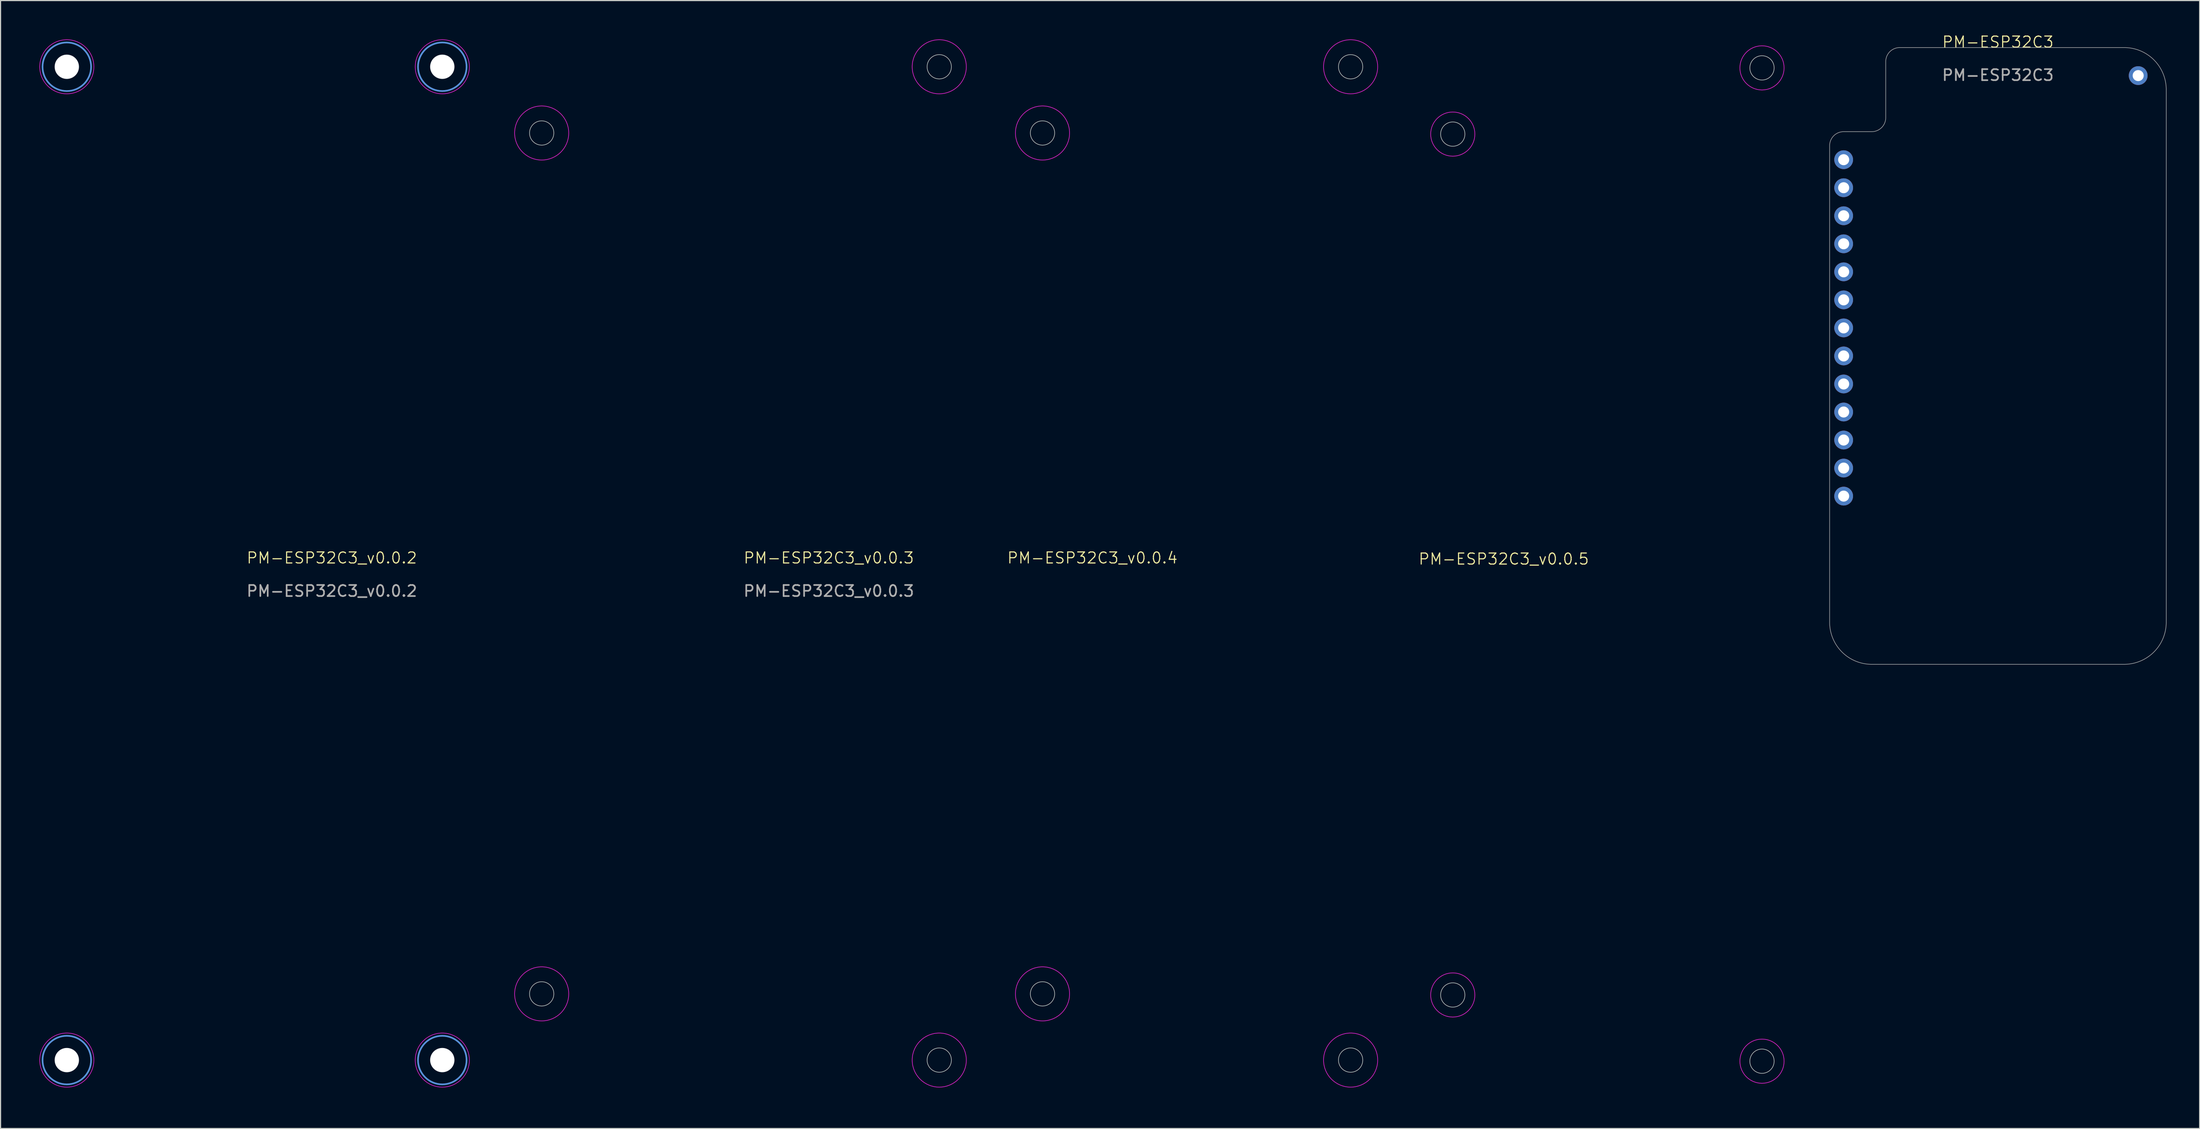
<source format=kicad_pcb>
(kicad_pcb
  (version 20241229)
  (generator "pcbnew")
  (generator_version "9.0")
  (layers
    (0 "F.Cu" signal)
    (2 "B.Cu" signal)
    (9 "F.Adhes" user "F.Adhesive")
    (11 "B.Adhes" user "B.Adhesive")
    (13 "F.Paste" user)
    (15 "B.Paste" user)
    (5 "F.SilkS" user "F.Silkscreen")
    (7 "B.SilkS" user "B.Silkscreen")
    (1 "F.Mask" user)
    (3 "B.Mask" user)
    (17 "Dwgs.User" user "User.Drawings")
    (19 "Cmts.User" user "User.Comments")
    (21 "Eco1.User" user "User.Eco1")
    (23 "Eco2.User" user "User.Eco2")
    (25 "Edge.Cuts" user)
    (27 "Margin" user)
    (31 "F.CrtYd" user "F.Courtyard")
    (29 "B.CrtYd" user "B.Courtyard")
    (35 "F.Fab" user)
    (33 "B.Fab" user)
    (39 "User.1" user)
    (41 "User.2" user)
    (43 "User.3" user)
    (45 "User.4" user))
  (footprint "PM-ESP32C3_v0.0.4"
    (layer "F.Cu")
    (at 88.25 48)
    (property "Reference" "PM-ESP32C3_v0.0.4" (at 7.62 -0.5 0) (unlocked yes) (layer "F.SilkS") (effects (font (size 1 1) (thickness 0.1))))
    (attr exclude_from_bom)
    (fp_circle (center 3.1 -39) (end 4.2 -39) (stroke (width 0.05) (type default)) (fill no) (layer "Edge.Cuts"))
    (fp_circle (center 3.1 39) (end 4.2 39) (stroke (width 0.05) (type default)) (fill no) (layer "Edge.Cuts"))
    (fp_circle (center 31 -45) (end 32.1 -45) (stroke (width 0.05) (type default)) (fill no) (layer "Edge.Cuts"))
    (fp_circle (center 31 45) (end 32.1 45) (stroke (width 0.05) (type default)) (fill no) (layer "Edge.Cuts"))
    (fp_circle (center 3.1 -39) (end 5.55 -39) (stroke (width 0.05) (type solid)) (fill no) (layer "F.CrtYd"))
    (fp_circle (center 3.1 39) (end 5.55 39) (stroke (width 0.05) (type solid)) (fill no) (layer "F.CrtYd"))
    (fp_circle (center 31 -45) (end 33.45 -45) (stroke (width 0.05) (type solid)) (fill no) (layer "F.CrtYd"))
    (fp_circle (center 31 45) (end 33.45 45) (stroke (width 0.05) (type solid)) (fill no) (layer "F.CrtYd"))
    (fp_poly (pts (arc (start 3.1 -42) (mid 0.97868 -41.12132) (end 0.1 -39)) (arc (start 0.1 39) (mid 0.97868 41.12132) (end 3.1 42)) (arc (start 4 42) (mid 6.828427 43.171573) (end 8 46)) (xy 8 47.9) (arc (start 31 47.9) (mid 33.9 45) (end 31 42.1)) (arc (start 31 -42.1) (mid 33.9 -45) (end 31 -47.9)) (xy 8 -47.9) (arc (start 8 -46) (mid 6.828427 -43.171573) (end 4 -42))) (stroke (width 0.2) (type solid)) (fill no) (layer "User.1")))
  (footprint "PM-ESP32C3_v0.0.5"
    (layer "F.Cu")
    (at 125.5 48.1)
    (property "Reference" "PM-ESP32C3_v0.0.5" (at 7.62 -0.5 0) (unlocked yes) (layer "F.SilkS") (effects (font (size 1 1) (thickness 0.1))))
    (attr exclude_from_bom)
    (fp_circle (center 3 -39) (end 4.1 -39) (stroke (width 0.05) (type default)) (fill no) (layer "Edge.Cuts"))
    (fp_circle (center 3 39) (end 4.1 39) (stroke (width 0.05) (type default)) (fill no) (layer "Edge.Cuts"))
    (fp_circle (center 31 -45) (end 32.1 -45) (stroke (width 0.05) (type default)) (fill no) (layer "Edge.Cuts"))
    (fp_circle (center 31 45) (end 32.1 45) (stroke (width 0.05) (type default)) (fill no) (layer "Edge.Cuts"))
    (fp_circle (center 3 -39) (end 5 -39) (stroke (width 0.05) (type solid)) (fill no) (layer "F.CrtYd"))
    (fp_circle (center 3 39) (end 5 39) (stroke (width 0.05) (type solid)) (fill no) (layer "F.CrtYd"))
    (fp_circle (center 31 -45) (end 33 -45) (stroke (width 0.05) (type solid)) (fill no) (layer "F.CrtYd"))
    (fp_circle (center 31 45) (end 33 45) (stroke (width 0.05) (type solid)) (fill no) (layer "F.CrtYd"))
    (fp_poly (pts (arc (start 3 42) (mid 0.87868 41.12132) (end 0 39)) (arc (start 0 -39) (mid 0.87868 -41.12132) (end 3 -42)) (arc (start 4 -42) (mid 6.828427 -43.171573) (end 8 -46)) (xy 8 -48) (arc (start 31 -48) (mid 34 -45) (end 31 -42)) (arc (start 31 42) (mid 34 45) (end 31 48)) (xy 8 48) (arc (start 8 46) (mid 6.828427 43.171573) (end 4 42))) (stroke (width 0.2) (type solid)) (fill no) (layer "User.1")))
  (footprint "PM-ESP32C3_v0.0.3"
    (layer "F.Cu")
    (at 72 48)
    (property "Reference" "PM-ESP32C3_v0.0.3" (at 0 -0.5 0) (unlocked yes) (layer "F.SilkS") (effects (font (size 1 1) (thickness 0.1))))
    (fp_circle (center -26 -39) (end -24.9 -39) (stroke (width 0.05) (type default)) (fill no) (layer "Edge.Cuts"))
    (fp_circle (center -26 39) (end -24.9 39) (stroke (width 0.05) (type default)) (fill no) (layer "Edge.Cuts"))
    (fp_circle (center 10 -45) (end 11.1 -45) (stroke (width 0.05) (type default)) (fill no) (layer "Edge.Cuts"))
    (fp_circle (center 10 45) (end 11.1 45) (stroke (width 0.05) (type default)) (fill no) (layer "Edge.Cuts"))
    (fp_circle (center -26 -39) (end -23.55 -39) (stroke (width 0.05) (type solid)) (fill no) (layer "F.CrtYd"))
    (fp_circle (center -26 39) (end -23.55 39) (stroke (width 0.05) (type solid)) (fill no) (layer "F.CrtYd"))
    (fp_circle (center 10 -45) (end 12.45 -45) (stroke (width 0.05) (type solid)) (fill no) (layer "F.CrtYd"))
    (fp_circle (center 10 45) (end 12.45 45) (stroke (width 0.05) (type solid)) (fill no) (layer "F.CrtYd"))
    (fp_line (start -28.9 -39) (end -28.9 39) (stroke (width 0.2) (type default)) (layer "User.1"))
    (fp_line (start -25 -42) (end -25.9 -42) (stroke (width 0.2) (type default)) (layer "User.1"))
    (fp_line (start -25 42) (end -25.9 42) (stroke (width 0.2) (type default)) (layer "User.1"))
    (fp_line (start -21 -47.9) (end -21 -46) (stroke (width 0.2) (type default)) (layer "User.1"))
    (fp_line (start -21 47.9) (end -21 46) (stroke (width 0.2) (type default)) (layer "User.1"))
    (fp_line (start 10 -47.9) (end -21 -47.9) (stroke (width 0.2) (type default)) (layer "User.1"))
    (fp_line (start 10 47.9) (end -21 47.9) (stroke (width 0.2) (type default)) (layer "User.1"))
    (fp_line (start 10.887 42.239) (end 10.887 -42.239) (stroke (width 0.2) (type default)) (layer "User.1"))
    (fp_arc (start -28.9 -39) (mid -28.02132 -41.12132) (end -25.9 -42) (stroke (width 0.2) (type default)) (layer "User.1"))
    (fp_arc (start -25.9 42) (mid -28.02132 41.12132) (end -28.9 39) (stroke (width 0.2) (type default)) (layer "User.1"))
    (fp_arc (start -25 42) (mid -22.171573 43.171573) (end -21 46) (stroke (width 0.2) (type default)) (layer "User.1"))
    (fp_arc (start -21 -46) (mid -22.171573 -43.171573) (end -25 -42) (stroke (width 0.2) (type default)) (layer "User.1"))
    (fp_arc (start 10 -47.899999) (mid 12.865011 -45.449131) (end 10.887427 -42.239116) (stroke (width 0.2) (type default)) (layer "User.1"))
    (fp_arc (start 10.887427 42.239117) (mid 12.865009 45.449132) (end 10 47.9) (stroke (width 0.2) (type default)) (layer "User.1"))
    (fp_text user "${REFERENCE}" (at 0 2.5 0) (unlocked yes) (layer "F.Fab") (effects (font (size 1 1) (thickness 0.15)))))
  (footprint "PM-ESP32C3_v0.0.2"
    (layer "F.Cu")
    (at 27 48)
    (property "Reference" "PM-ESP32C3_v0.0.2" (at 0 -0.5 0) (unlocked yes) (layer "F.SilkS") (effects (font (size 1 1) (thickness 0.1))))
    (fp_circle (center -24 -45) (end -21.8 -45) (stroke (width 0.15) (type solid)) (fill no) (layer "Cmts.User"))
    (fp_circle (center -24 45) (end -21.8 45) (stroke (width 0.15) (type solid)) (fill no) (layer "Cmts.User"))
    (fp_circle (center 10 -45) (end 12.2 -45) (stroke (width 0.15) (type solid)) (fill no) (layer "Cmts.User"))
    (fp_circle (center 10 45) (end 12.2 45) (stroke (width 0.15) (type solid)) (fill no) (layer "Cmts.User"))
    (fp_circle (center -24 -45) (end -21.55 -45) (stroke (width 0.05) (type solid)) (fill no) (layer "F.CrtYd"))
    (fp_circle (center -24 45) (end -21.55 45) (stroke (width 0.05) (type solid)) (fill no) (layer "F.CrtYd"))
    (fp_circle (center 10 -45) (end 12.45 -45) (stroke (width 0.05) (type solid)) (fill no) (layer "F.CrtYd"))
    (fp_circle (center 10 45) (end 12.45 45) (stroke (width 0.05) (type solid)) (fill no) (layer "F.CrtYd"))
    (fp_line (start -26.9 45) (end -26.9 -45) (stroke (width 0.2) (type default)) (layer "User.1"))
    (fp_line (start -24 -47.9) (end 10 -47.9) (stroke (width 0.2) (type default)) (layer "User.1"))
    (fp_line (start -24 47.9) (end 10 47.9) (stroke (width 0.2) (type default)) (layer "User.1"))
    (fp_line (start 12.9 -37.9) (end 12.9 -45) (stroke (width 0.2) (type default)) (layer "User.1"))
    (fp_line (start 12.9 -26.1) (end 12.9 26.1) (stroke (width 0.2) (type default)) (layer "User.1"))
    (fp_line (start 12.9 37.9) (end 12.9 45) (stroke (width 0.2) (type default)) (layer "User.1"))
    (fp_arc (start -26.900001 -45) (mid -26.050611 -47.05061) (end -24.000001 -47.9) (stroke (width 0.2) (type default)) (layer "User.1"))
    (fp_arc (start -24 47.899999) (mid -26.050609 47.050608) (end -26.9 44.999999) (stroke (width 0.2) (type default)) (layer "User.1"))
    (fp_arc (start 10 -47.9) (mid 12.05061 -47.05061) (end 12.9 -45) (stroke (width 0.2) (type default)) (layer "User.1"))
    (fp_arc (start 11 -28) (mid 7 -32) (end 11 -36) (stroke (width 0.2) (type default)) (layer "User.1"))
    (fp_arc (start 11.000001 -28.000001) (mid 12.343504 -27.443504) (end 12.900001 -26.100001) (stroke (width 0.2) (type default)) (layer "User.1"))
    (fp_arc (start 11.000001 35.999999) (mid 7.000001 31.999999) (end 11.000001 27.999999) (stroke (width 0.2) (type default)) (layer "User.1"))
    (fp_arc (start 11.000001 35.999999) (mid 12.343504 36.556496) (end 12.900001 37.899999) (stroke (width 0.2) (type default)) (layer "User.1"))
    (fp_arc (start 12.9 -37.9) (mid 12.343503 -36.556497) (end 11 -36) (stroke (width 0.2) (type default)) (layer "User.1"))
    (fp_arc (start 12.900001 26.100001) (mid 12.343504 27.443504) (end 11.000001 28.000001) (stroke (width 0.2) (type default)) (layer "User.1"))
    (fp_arc (start 12.900001 44.999999) (mid 12.050611 47.050609) (end 10.000001 47.899999) (stroke (width 0.2) (type default)) (layer "User.1"))
    (fp_text user "${REFERENCE}" (at 0 2.5 0) (unlocked yes) (layer "F.Fab") (effects (font (size 1 1) (thickness 0.15))))
    (pad "" np_thru_hole circle (at -24 -45) (size 2.2 2.2) (drill 2.2) (layers "*.Cu" "*.Mask"))
    (pad "" np_thru_hole circle (at -24 45) (size 2.2 2.2) (drill 2.2) (layers "*.Cu" "*.Mask"))
    (pad "" np_thru_hole circle (at 10 -45) (size 2.2 2.2) (drill 2.2) (layers "*.Cu" "*.Mask"))
    (pad "" np_thru_hole circle (at 10 45) (size 2.2 2.2) (drill 2.2) (layers "*.Cu" "*.Mask")))
  (footprint "PM-ESP32C3"
    (layer "F.Cu")
    (at 177.865 1.26)
    (property "Reference" "PM-ESP32C3" (at 0 -0.5 0) (unlocked yes) (layer "F.SilkS") (effects (font (size 1 1) (thickness 0.1))))
    (attr through_hole)
    (fp_poly (pts (arc (start -8.89 0) (mid -9.788026 0.371974) (end -10.16 1.27)) (arc (start -10.16 6.35) (mid -10.531974 7.248026) (end -11.43 7.62)) (arc (start -13.97 7.62) (mid -14.868026 7.991974) (end -15.24 8.89)) (arc (start -15.24 52.07) (mid -14.124077 54.764077) (end -11.43 55.88)) (arc (start 11.43 55.88) (mid 14.124077 54.764077) (end 15.24 52.07)) (arc (start 15.24 3.81) (mid 14.124077 1.115923) (end 11.43 0))) (stroke (width 0.05) (type solid)) (fill no) (layer "F.Fab"))
    (fp_text user "${REFERENCE}" (at 0 2.5 0) (unlocked yes) (layer "F.Fab") (effects (font (size 1 1) (thickness 0.15))))
    (pad "1" thru_hole oval (at -13.97 10.16 180) (size 1.7 1.7) (drill 1) (layers "*.Cu" "*.Mask"))
    (pad "2" thru_hole oval (at -13.97 12.7 180) (size 1.7 1.7) (drill 1) (layers "*.Cu" "*.Mask"))
    (pad "3" thru_hole oval (at -13.97 15.24 180) (size 1.7 1.7) (drill 1) (layers "*.Cu" "*.Mask"))
    (pad "4" thru_hole oval (at -13.97 17.78 180) (size 1.7 1.7) (drill 1) (layers "*.Cu" "*.Mask"))
    (pad "5" thru_hole oval (at -13.97 20.32 180) (size 1.7 1.7) (drill 1) (layers "*.Cu" "*.Mask"))
    (pad "6" thru_hole oval (at -13.97 22.86 180) (size 1.7 1.7) (drill 1) (layers "*.Cu" "*.Mask"))
    (pad "7" thru_hole oval (at -13.97 25.4 180) (size 1.7 1.7) (drill 1) (layers "*.Cu" "*.Mask"))
    (pad "8" thru_hole oval (at -13.97 27.94 180) (size 1.7 1.7) (drill 1) (layers "*.Cu" "*.Mask"))
    (pad "9" thru_hole oval (at -13.97 30.48 180) (size 1.7 1.7) (drill 1) (layers "*.Cu" "*.Mask"))
    (pad "10" thru_hole oval (at -13.97 33.02 180) (size 1.7 1.7) (drill 1) (layers "*.Cu" "*.Mask"))
    (pad "11" thru_hole oval (at -13.97 35.56 180) (size 1.7 1.7) (drill 1) (layers "*.Cu" "*.Mask"))
    (pad "12" thru_hole oval (at -13.97 38.1 180) (size 1.7 1.7) (drill 1) (layers "*.Cu" "*.Mask"))
    (pad "13" thru_hole oval (at -13.97 40.64 180) (size 1.7 1.7) (drill 1) (layers "*.Cu" "*.Mask"))
    (pad "14" thru_hole oval (at 12.7 2.54 180) (size 1.7 1.7) (drill 1) (layers "*.Cu" "*.Mask")))
  (gr_rect
    (start -3 -3)
    (end 196.13 99.2)
    (stroke (width 0.1) (type default))
    (fill no)
    (layer "Edge.Cuts")))
</source>
